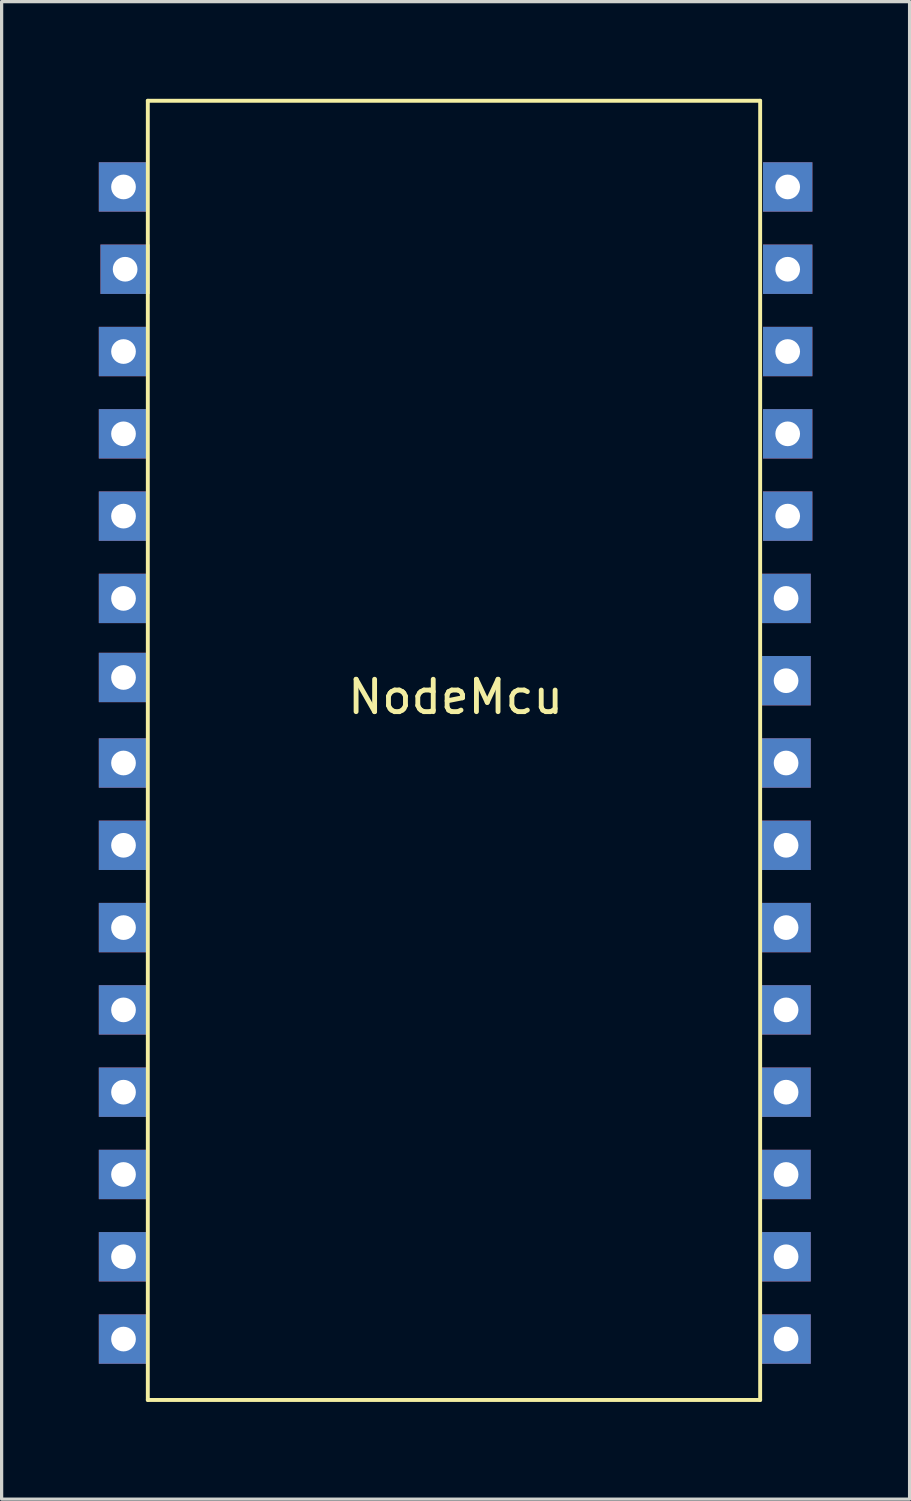
<source format=kicad_pcb>
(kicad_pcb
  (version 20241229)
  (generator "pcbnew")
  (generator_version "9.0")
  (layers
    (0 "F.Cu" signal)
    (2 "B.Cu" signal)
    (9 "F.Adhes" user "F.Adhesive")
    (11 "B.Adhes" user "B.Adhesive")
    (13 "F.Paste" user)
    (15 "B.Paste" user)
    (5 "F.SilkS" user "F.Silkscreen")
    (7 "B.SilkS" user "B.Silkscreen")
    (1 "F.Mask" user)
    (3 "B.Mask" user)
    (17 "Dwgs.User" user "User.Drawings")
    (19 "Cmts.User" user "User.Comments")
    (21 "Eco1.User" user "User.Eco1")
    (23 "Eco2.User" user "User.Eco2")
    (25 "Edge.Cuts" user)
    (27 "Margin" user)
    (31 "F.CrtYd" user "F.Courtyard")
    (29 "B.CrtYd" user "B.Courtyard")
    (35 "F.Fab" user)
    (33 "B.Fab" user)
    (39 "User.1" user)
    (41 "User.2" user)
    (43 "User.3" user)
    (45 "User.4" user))
  (footprint "NodeMcu"
    (layer "F.Cu")
    (at 11.012 17.96)
    (property "Reference" "NodeMcu" (at 0 0.5 0) (layer "F.SilkS") (effects (font (size 1 1) (thickness 0.15))))
    (attr through_hole)
    (fp_line (start -9.5 -17.9) (end 9.4 -17.9) (stroke (width 0.12) (type solid)) (layer "F.SilkS"))
    (fp_line (start -9.5 22.2) (end -9.5 -17.9) (stroke (width 0.12) (type solid)) (layer "F.SilkS"))
    (fp_line (start 9.4 -17.9) (end 9.4 22.2) (stroke (width 0.12) (type solid)) (layer "F.SilkS"))
    (fp_line (start 9.4 22.2) (end -9.5 22.2) (stroke (width 0.12) (type solid)) (layer "F.SilkS"))
    (pad "1" thru_hole rect (at 10.25 -15.24) (size 1.524 1.524) (drill 0.762) (layers "*.Cu" "*.Mask"))
    (pad "2" thru_hole rect (at 10.25 -12.7) (size 1.524 1.524) (drill 0.762) (layers "*.Cu" "*.Mask"))
    (pad "3" thru_hole rect (at 10.25 -10.16) (size 1.524 1.524) (drill 0.762) (layers "*.Cu" "*.Mask"))
    (pad "4" thru_hole rect (at 10.25 -7.62) (size 1.524 1.524) (drill 0.762) (layers "*.Cu" "*.Mask"))
    (pad "5" thru_hole rect (at 10.25 -5.08) (size 1.524 1.524) (drill 0.762) (layers "*.Cu" "*.Mask"))
    (pad "6" thru_hole rect (at 10.2 -2.54) (size 1.524 1.524) (drill 0.762) (layers "*.Cu" "*.Mask"))
    (pad "7" thru_hole rect (at 10.2 0) (size 1.524 1.524) (drill 0.762) (layers "*.Cu" "*.Mask"))
    (pad "8" thru_hole rect (at 10.2 2.54) (size 1.524 1.524) (drill 0.762) (layers "*.Cu" "*.Mask"))
    (pad "9" thru_hole rect (at 10.2 5.08 90) (size 1.524 1.524) (drill 0.762) (layers "*.Cu" "*.Mask"))
    (pad "10" thru_hole rect (at 10.2 7.62) (size 1.524 1.524) (drill 0.762) (layers "*.Cu" "*.Mask"))
    (pad "11" thru_hole rect (at 10.2 10.16) (size 1.524 1.524) (drill 0.762) (layers "*.Cu" "*.Mask"))
    (pad "12" thru_hole rect (at 10.2 12.7) (size 1.524 1.524) (drill 0.762) (layers "*.Cu" "*.Mask"))
    (pad "13" thru_hole rect (at 10.2 15.24) (size 1.524 1.524) (drill 0.762) (layers "*.Cu" "*.Mask"))
    (pad "14" thru_hole rect (at 10.2 17.78) (size 1.524 1.524) (drill 0.762) (layers "*.Cu" "*.Mask"))
    (pad "15" thru_hole rect (at 10.2 20.32) (size 1.524 1.524) (drill 0.762) (layers "*.Cu" "*.Mask"))
    (pad "16" thru_hole rect (at -10.25 -15.24) (size 1.524 1.524) (drill 0.762) (layers "*.Cu" "*.Mask"))
    (pad "17" thru_hole rect (at -10.2 -12.7) (size 1.524 1.524) (drill 0.762) (layers "*.Cu" "*.Mask"))
    (pad "18" thru_hole rect (at -10.25 -10.16) (size 1.524 1.524) (drill 0.762) (layers "*.Cu" "*.Mask"))
    (pad "19" thru_hole rect (at -10.25 -7.62) (size 1.524 1.524) (drill 0.762) (layers "*.Cu" "*.Mask"))
    (pad "20" thru_hole rect (at -10.25 -5.08) (size 1.524 1.524) (drill 0.762) (layers "*.Cu" "*.Mask"))
    (pad "21" thru_hole rect (at -10.25 -2.54) (size 1.524 1.524) (drill 0.762) (layers "*.Cu" "*.Mask"))
    (pad "22" thru_hole rect (at -10.25 -0.1) (size 1.524 1.524) (drill 0.762) (layers "*.Cu" "*.Mask"))
    (pad "23" thru_hole rect (at -10.25 2.54) (size 1.524 1.524) (drill 0.762) (layers "*.Cu" "*.Mask"))
    (pad "24" thru_hole rect (at -10.25 5.08) (size 1.524 1.524) (drill 0.762) (layers "*.Cu" "*.Mask"))
    (pad "25" thru_hole rect (at -10.25 7.62) (size 1.524 1.524) (drill 0.762) (layers "*.Cu" "*.Mask"))
    (pad "26" thru_hole rect (at -10.25 10.16) (size 1.524 1.524) (drill 0.762) (layers "*.Cu" "*.Mask"))
    (pad "27" thru_hole rect (at -10.25 12.7) (size 1.524 1.524) (drill 0.762) (layers "*.Cu" "*.Mask"))
    (pad "28" thru_hole rect (at -10.25 15.24) (size 1.524 1.524) (drill 0.762) (layers "*.Cu" "*.Mask"))
    (pad "29" thru_hole rect (at -10.25 17.78) (size 1.524 1.524) (drill 0.762) (layers "*.Cu" "*.Mask"))
    (pad "30" thru_hole rect (at -10.25 20.32) (size 1.524 1.524) (drill 0.762) (layers "*.Cu" "*.Mask")))
  (gr_rect
    (start -3 -3)
    (end 25.024 43.22)
    (stroke (width 0.1) (type default))
    (fill no)
    (layer "Edge.Cuts")))
</source>
